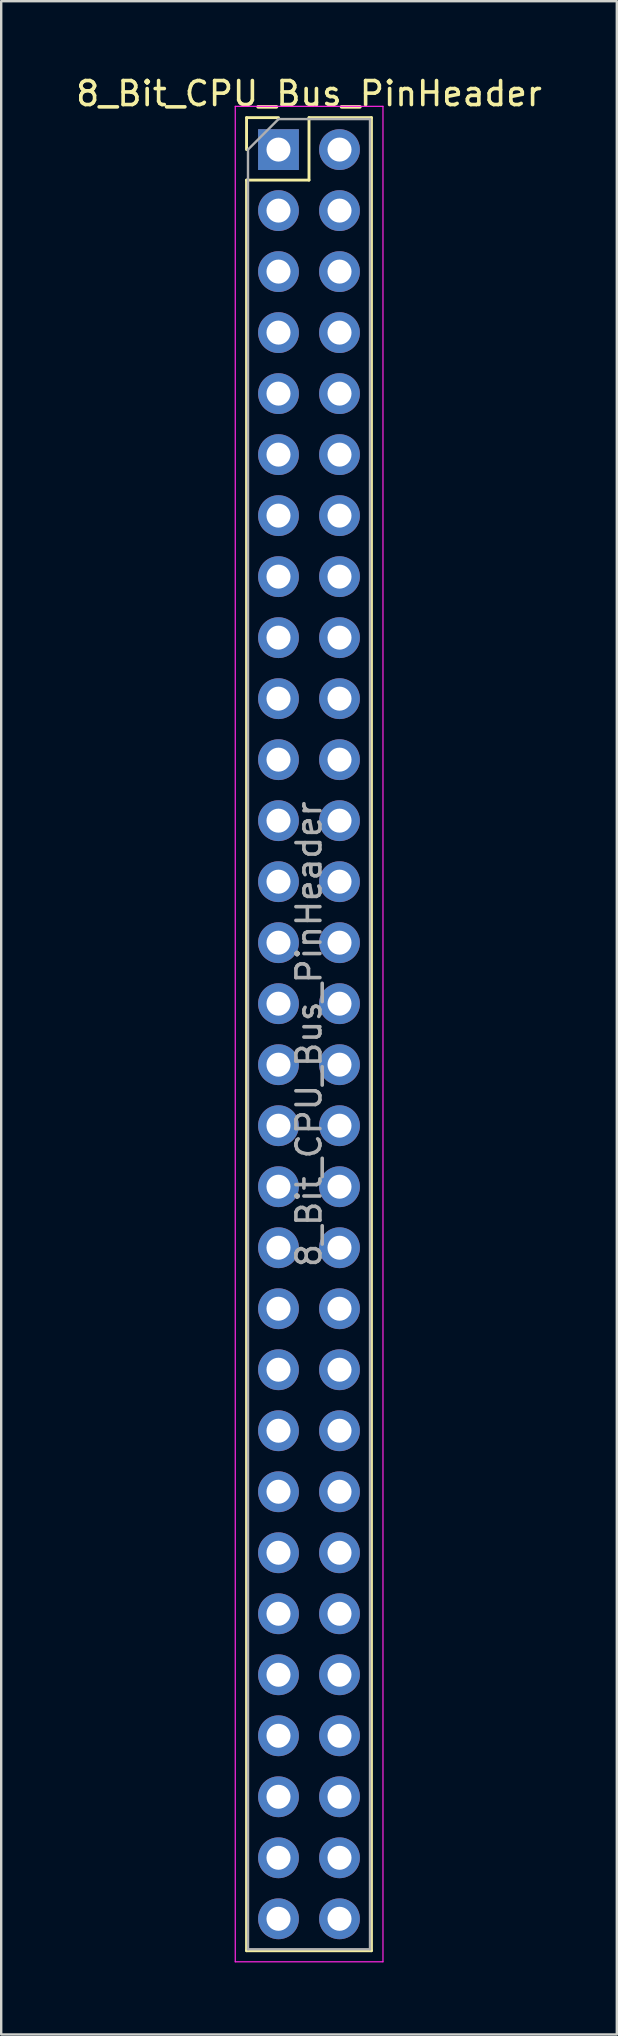
<source format=kicad_pcb>
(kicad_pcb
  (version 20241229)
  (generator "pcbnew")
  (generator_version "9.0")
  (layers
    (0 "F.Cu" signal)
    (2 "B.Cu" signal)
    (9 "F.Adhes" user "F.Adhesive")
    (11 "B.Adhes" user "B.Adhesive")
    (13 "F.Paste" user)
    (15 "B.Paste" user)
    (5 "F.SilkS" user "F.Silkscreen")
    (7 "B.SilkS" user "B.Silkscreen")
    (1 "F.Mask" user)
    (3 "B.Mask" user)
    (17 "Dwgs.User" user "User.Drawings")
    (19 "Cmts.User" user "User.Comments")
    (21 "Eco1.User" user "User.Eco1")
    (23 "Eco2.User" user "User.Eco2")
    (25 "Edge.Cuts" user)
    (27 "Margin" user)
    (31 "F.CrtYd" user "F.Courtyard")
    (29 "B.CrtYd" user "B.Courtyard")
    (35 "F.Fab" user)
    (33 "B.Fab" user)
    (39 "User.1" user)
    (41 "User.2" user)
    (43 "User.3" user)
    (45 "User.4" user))
  (footprint "8_Bit_CPU_Bus_PinHeader"
    (layer "F.Cu")
    (at 8.545 3.178)
    (property "Reference" "8_Bit_CPU_Bus_PinHeader" (at 1.27 -2.33 0) (layer "F.SilkS") (effects (font (size 1 1) (thickness 0.15))))
    (attr through_hole)
    (fp_line (start -1.33 -1.33) (end 0 -1.33) (stroke (width 0.12) (type solid)) (layer "F.SilkS"))
    (fp_line (start -1.33 0) (end -1.33 -1.33) (stroke (width 0.12) (type solid)) (layer "F.SilkS"))
    (fp_line (start -1.33 1.27) (end -1.33 74.99) (stroke (width 0.12) (type solid)) (layer "F.SilkS"))
    (fp_line (start -1.33 1.27) (end 1.27 1.27) (stroke (width 0.12) (type solid)) (layer "F.SilkS"))
    (fp_line (start -1.33 74.99) (end 3.87 74.99) (stroke (width 0.12) (type solid)) (layer "F.SilkS"))
    (fp_line (start 1.27 -1.33) (end 3.87 -1.33) (stroke (width 0.12) (type solid)) (layer "F.SilkS"))
    (fp_line (start 1.27 1.27) (end 1.27 -1.33) (stroke (width 0.12) (type solid)) (layer "F.SilkS"))
    (fp_line (start 3.87 -1.33) (end 3.87 74.99) (stroke (width 0.12) (type solid)) (layer "F.SilkS"))
    (fp_line (start -1.8 -1.8) (end -1.8 75.45) (stroke (width 0.05) (type solid)) (layer "F.CrtYd"))
    (fp_line (start -1.8 75.45) (end 4.35 75.45) (stroke (width 0.05) (type solid)) (layer "F.CrtYd"))
    (fp_line (start 4.35 -1.8) (end -1.8 -1.8) (stroke (width 0.05) (type solid)) (layer "F.CrtYd"))
    (fp_line (start 4.35 75.45) (end 4.35 -1.8) (stroke (width 0.05) (type solid)) (layer "F.CrtYd"))
    (fp_line (start -1.27 0) (end 0 -1.27) (stroke (width 0.1) (type solid)) (layer "F.Fab"))
    (fp_line (start -1.27 74.93) (end -1.27 0) (stroke (width 0.1) (type solid)) (layer "F.Fab"))
    (fp_line (start 0 -1.27) (end 3.81 -1.27) (stroke (width 0.1) (type solid)) (layer "F.Fab"))
    (fp_line (start 3.81 -1.27) (end 3.81 74.93) (stroke (width 0.1) (type solid)) (layer "F.Fab"))
    (fp_line (start 3.81 74.93) (end -1.27 74.93) (stroke (width 0.1) (type solid)) (layer "F.Fab"))
    (fp_text user "${REFERENCE}" (at 1.27 36.83 90) (layer "F.Fab") (effects (font (size 1 1) (thickness 0.15))))
    (pad "1" thru_hole rect (at 0 0) (size 1.7 1.7) (drill 1) (layers "*.Cu" "*.Mask"))
    (pad "2" thru_hole oval (at 2.54 0) (size 1.7 1.7) (drill 1) (layers "*.Cu" "*.Mask"))
    (pad "3" thru_hole oval (at 0 2.54) (size 1.7 1.7) (drill 1) (layers "*.Cu" "*.Mask"))
    (pad "4" thru_hole oval (at 2.54 2.54) (size 1.7 1.7) (drill 1) (layers "*.Cu" "*.Mask"))
    (pad "5" thru_hole oval (at 0 5.08) (size 1.7 1.7) (drill 1) (layers "*.Cu" "*.Mask"))
    (pad "6" thru_hole oval (at 2.54 5.08) (size 1.7 1.7) (drill 1) (layers "*.Cu" "*.Mask"))
    (pad "7" thru_hole oval (at 0 7.62) (size 1.7 1.7) (drill 1) (layers "*.Cu" "*.Mask"))
    (pad "8" thru_hole oval (at 2.54 7.62) (size 1.7 1.7) (drill 1) (layers "*.Cu" "*.Mask"))
    (pad "9" thru_hole oval (at 0 10.16) (size 1.7 1.7) (drill 1) (layers "*.Cu" "*.Mask"))
    (pad "10" thru_hole oval (at 2.54 10.16) (size 1.7 1.7) (drill 1) (layers "*.Cu" "*.Mask"))
    (pad "11" thru_hole oval (at 0 12.7) (size 1.7 1.7) (drill 1) (layers "*.Cu" "*.Mask"))
    (pad "12" thru_hole oval (at 2.54 12.7) (size 1.7 1.7) (drill 1) (layers "*.Cu" "*.Mask"))
    (pad "13" thru_hole oval (at 0 15.24) (size 1.7 1.7) (drill 1) (layers "*.Cu" "*.Mask"))
    (pad "14" thru_hole oval (at 2.54 15.24) (size 1.7 1.7) (drill 1) (layers "*.Cu" "*.Mask"))
    (pad "15" thru_hole oval (at 0 17.78) (size 1.7 1.7) (drill 1) (layers "*.Cu" "*.Mask"))
    (pad "16" thru_hole oval (at 2.54 17.78) (size 1.7 1.7) (drill 1) (layers "*.Cu" "*.Mask"))
    (pad "17" thru_hole oval (at 0 20.32) (size 1.7 1.7) (drill 1) (layers "*.Cu" "*.Mask"))
    (pad "18" thru_hole oval (at 2.54 20.32) (size 1.7 1.7) (drill 1) (layers "*.Cu" "*.Mask"))
    (pad "19" thru_hole oval (at 0 22.86) (size 1.7 1.7) (drill 1) (layers "*.Cu" "*.Mask"))
    (pad "20" thru_hole oval (at 2.54 22.86) (size 1.7 1.7) (drill 1) (layers "*.Cu" "*.Mask"))
    (pad "21" thru_hole oval (at 0 25.4) (size 1.7 1.7) (drill 1) (layers "*.Cu" "*.Mask"))
    (pad "22" thru_hole oval (at 2.54 25.4) (size 1.7 1.7) (drill 1) (layers "*.Cu" "*.Mask"))
    (pad "23" thru_hole oval (at 0 27.94) (size 1.7 1.7) (drill 1) (layers "*.Cu" "*.Mask"))
    (pad "24" thru_hole oval (at 2.54 27.94) (size 1.7 1.7) (drill 1) (layers "*.Cu" "*.Mask"))
    (pad "25" thru_hole oval (at 0 30.48) (size 1.7 1.7) (drill 1) (layers "*.Cu" "*.Mask"))
    (pad "26" thru_hole oval (at 2.54 30.48) (size 1.7 1.7) (drill 1) (layers "*.Cu" "*.Mask"))
    (pad "27" thru_hole oval (at 0 33.02) (size 1.7 1.7) (drill 1) (layers "*.Cu" "*.Mask"))
    (pad "28" thru_hole oval (at 2.54 33.02) (size 1.7 1.7) (drill 1) (layers "*.Cu" "*.Mask"))
    (pad "29" thru_hole oval (at 0 35.56) (size 1.7 1.7) (drill 1) (layers "*.Cu" "*.Mask"))
    (pad "30" thru_hole oval (at 2.54 35.56) (size 1.7 1.7) (drill 1) (layers "*.Cu" "*.Mask"))
    (pad "31" thru_hole oval (at 0 38.1) (size 1.7 1.7) (drill 1) (layers "*.Cu" "*.Mask"))
    (pad "32" thru_hole oval (at 2.54 38.1) (size 1.7 1.7) (drill 1) (layers "*.Cu" "*.Mask"))
    (pad "33" thru_hole oval (at 0 40.64) (size 1.7 1.7) (drill 1) (layers "*.Cu" "*.Mask"))
    (pad "34" thru_hole oval (at 2.54 40.64) (size 1.7 1.7) (drill 1) (layers "*.Cu" "*.Mask"))
    (pad "35" thru_hole oval (at 0 43.18) (size 1.7 1.7) (drill 1) (layers "*.Cu" "*.Mask"))
    (pad "36" thru_hole oval (at 2.54 43.18) (size 1.7 1.7) (drill 1) (layers "*.Cu" "*.Mask"))
    (pad "37" thru_hole oval (at 0 45.72) (size 1.7 1.7) (drill 1) (layers "*.Cu" "*.Mask"))
    (pad "38" thru_hole oval (at 2.54 45.72) (size 1.7 1.7) (drill 1) (layers "*.Cu" "*.Mask"))
    (pad "39" thru_hole oval (at 0 48.26) (size 1.7 1.7) (drill 1) (layers "*.Cu" "*.Mask"))
    (pad "40" thru_hole oval (at 2.54 48.26) (size 1.7 1.7) (drill 1) (layers "*.Cu" "*.Mask"))
    (pad "41" thru_hole oval (at 0 50.8) (size 1.7 1.7) (drill 1) (layers "*.Cu" "*.Mask"))
    (pad "42" thru_hole oval (at 2.54 50.8) (size 1.7 1.7) (drill 1) (layers "*.Cu" "*.Mask"))
    (pad "43" thru_hole oval (at 0 53.34) (size 1.7 1.7) (drill 1) (layers "*.Cu" "*.Mask"))
    (pad "44" thru_hole oval (at 2.54 53.34) (size 1.7 1.7) (drill 1) (layers "*.Cu" "*.Mask"))
    (pad "45" thru_hole oval (at 0 55.88) (size 1.7 1.7) (drill 1) (layers "*.Cu" "*.Mask"))
    (pad "46" thru_hole oval (at 2.54 55.88) (size 1.7 1.7) (drill 1) (layers "*.Cu" "*.Mask"))
    (pad "47" thru_hole oval (at 0 58.42) (size 1.7 1.7) (drill 1) (layers "*.Cu" "*.Mask"))
    (pad "48" thru_hole oval (at 2.54 58.42) (size 1.7 1.7) (drill 1) (layers "*.Cu" "*.Mask"))
    (pad "49" thru_hole oval (at 0 60.96) (size 1.7 1.7) (drill 1) (layers "*.Cu" "*.Mask"))
    (pad "50" thru_hole oval (at 2.54 60.96) (size 1.7 1.7) (drill 1) (layers "*.Cu" "*.Mask"))
    (pad "51" thru_hole oval (at 0 63.5) (size 1.7 1.7) (drill 1) (layers "*.Cu" "*.Mask"))
    (pad "52" thru_hole oval (at 2.54 63.5) (size 1.7 1.7) (drill 1) (layers "*.Cu" "*.Mask"))
    (pad "53" thru_hole oval (at 0 66.04) (size 1.7 1.7) (drill 1) (layers "*.Cu" "*.Mask"))
    (pad "54" thru_hole oval (at 2.54 66.04) (size 1.7 1.7) (drill 1) (layers "*.Cu" "*.Mask"))
    (pad "55" thru_hole oval (at 0 68.58) (size 1.7 1.7) (drill 1) (layers "*.Cu" "*.Mask"))
    (pad "56" thru_hole oval (at 2.54 68.58) (size 1.7 1.7) (drill 1) (layers "*.Cu" "*.Mask"))
    (pad "57" thru_hole oval (at 0 71.12) (size 1.7 1.7) (drill 1) (layers "*.Cu" "*.Mask"))
    (pad "58" thru_hole oval (at 2.54 71.12) (size 1.7 1.7) (drill 1) (layers "*.Cu" "*.Mask"))
    (pad "59" thru_hole oval (at 0 73.66) (size 1.7 1.7) (drill 1) (layers "*.Cu" "*.Mask"))
    (pad "60" thru_hole oval (at 2.54 73.66) (size 1.7 1.7) (drill 1) (layers "*.Cu" "*.Mask")))
  (gr_rect
    (start -3 -3)
    (end 22.631 81.653)
    (stroke (width 0.1) (type default))
    (fill no)
    (layer "Edge.Cuts")))
</source>
